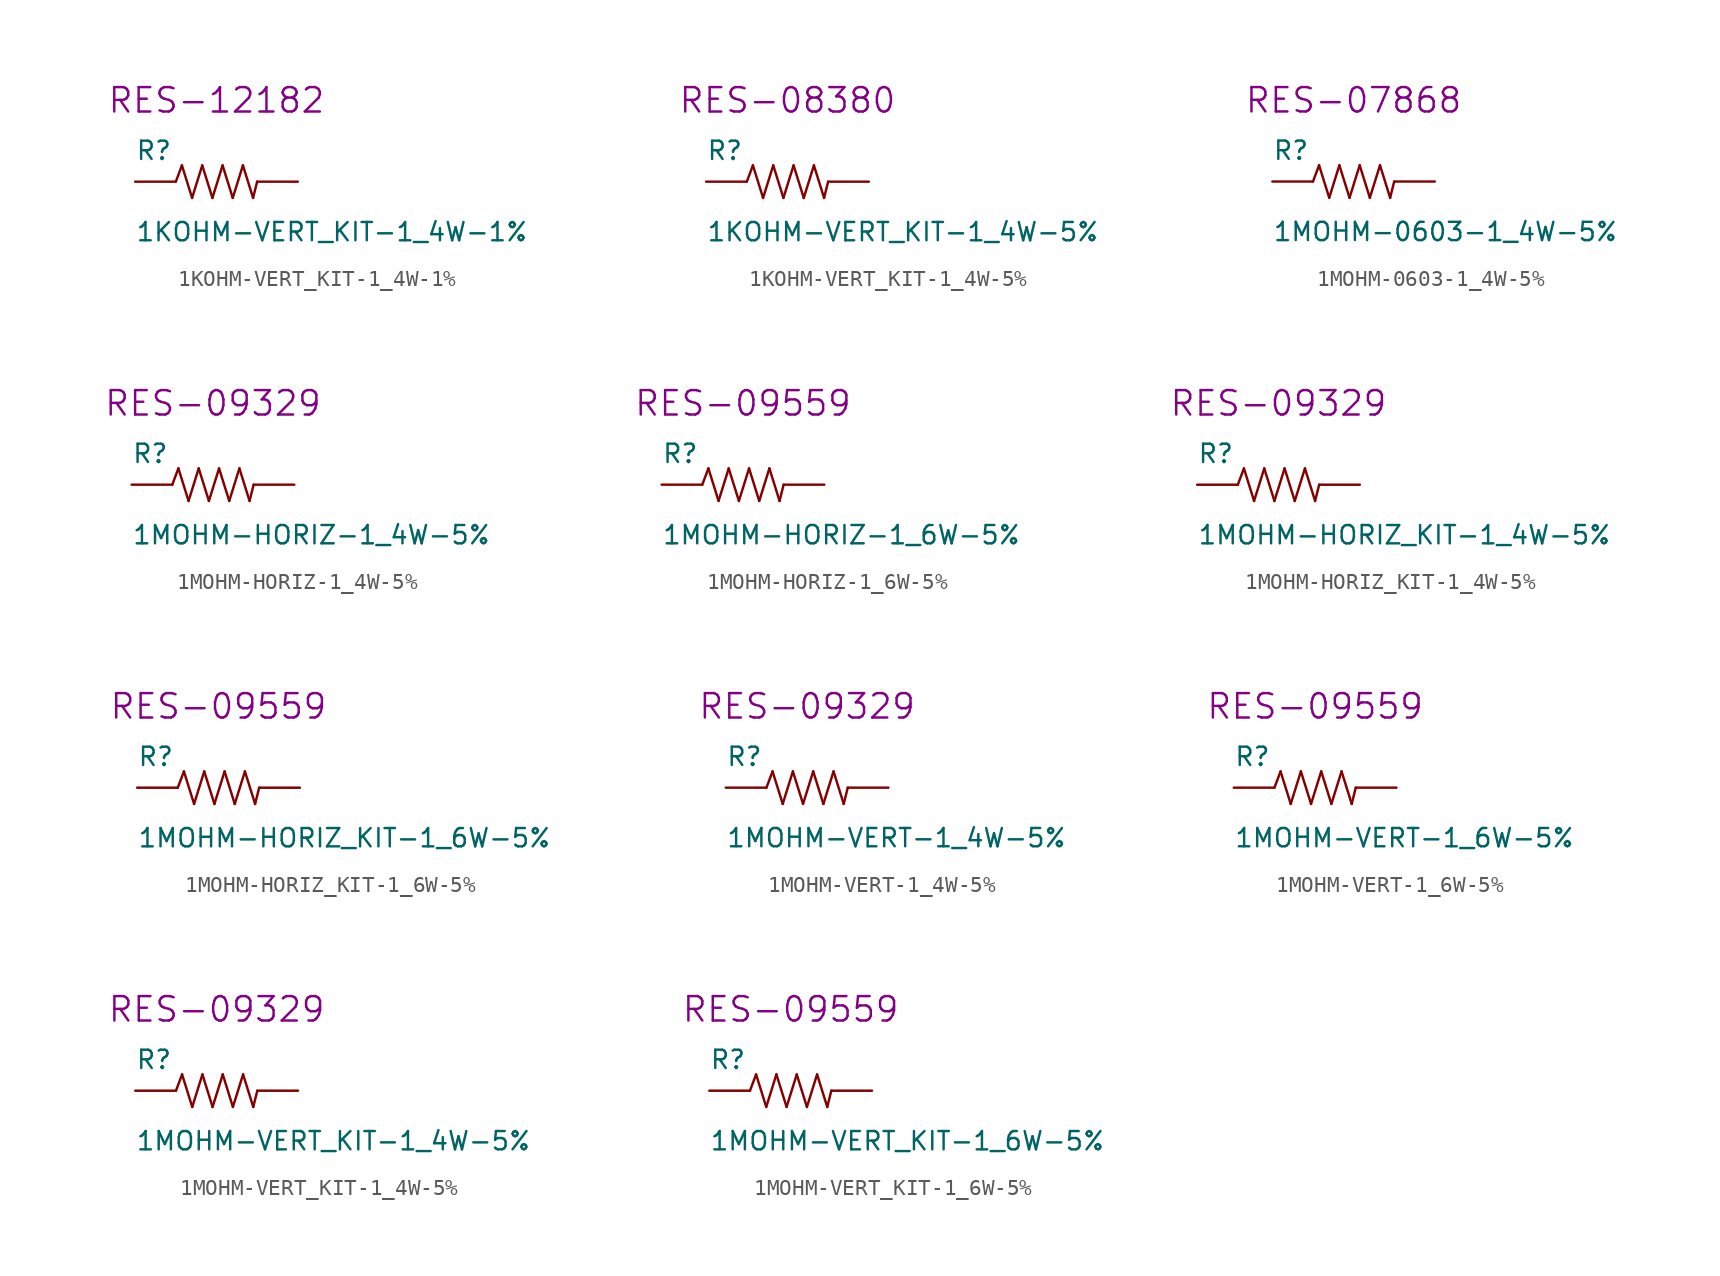
<source format=kicad_sym>
(kicad_symbol_lib
  (version 20211014)
  (generator kicad_symbol_editor)
  (symbol "1KOHM-VERT_KIT-1_4W-1%"
    (pin_numbers hide)
    (pin_names
      (offset 1.016) hide)
    (property "Reference" "R"
      (at -5.08 1.27 0)
      (effects (font (size 1.143 1.143)) (justify left bottom)))
    (property "Value" "1KOHM-VERT_KIT-1_4W-1%"
      (at -5.08 -3.81 0)
      (effects (font (size 1.143 1.143)) (justify left bottom)))
    (property "Field4" "RES-12182"
      (at 0 5.08 0)
      (effects (font (size 1.524 1.524))))
    (property "ki_locked" ""
      (at 0 0 0)
      (effects (font (size 1.27 1.27))))
    (symbol "1KOHM-VERT_KIT-1_4W-1%_1_0"
      (polyline (pts (xy -2.54 0) (xy -2.159 1.016)) (stroke (width 0) (type default) (color 0 0 0 0)) (fill (type none)))
      (polyline (pts (xy -2.159 1.016) (xy -1.524 -1.016)) (stroke (width 0) (type default) (color 0 0 0 0)) (fill (type none)))
      (polyline (pts (xy -1.524 -1.016) (xy -0.889 1.016)) (stroke (width 0) (type default) (color 0 0 0 0)) (fill (type none)))
      (polyline (pts (xy -0.889 1.016) (xy -0.254 -1.016)) (stroke (width 0) (type default) (color 0 0 0 0)) (fill (type none)))
      (polyline (pts (xy -0.254 -1.016) (xy 0.381 1.016)) (stroke (width 0) (type default) (color 0 0 0 0)) (fill (type none)))
      (polyline (pts (xy 0.381 1.016) (xy 1.016 -1.016)) (stroke (width 0) (type default) (color 0 0 0 0)) (fill (type none)))
      (polyline (pts (xy 1.016 -1.016) (xy 1.651 1.016)) (stroke (width 0) (type default) (color 0 0 0 0)) (fill (type none)))
      (polyline (pts (xy 1.651 1.016) (xy 2.286 -1.016)) (stroke (width 0) (type default) (color 0 0 0 0)) (fill (type none)))
      (polyline (pts (xy 2.286 -1.016) (xy 2.54 0)) (stroke (width 0) (type default) (color 0 0 0 0)) (fill (type none))))
    (symbol "1KOHM-VERT_KIT-1_4W-1%_1_1"
      (pin passive line (at -5.08 0 0) (length 2.54) (name "1" (effects (font (size 1.016 1.016)))) (number "P$1" (effects (font (size 1.016 1.016)))))
      (pin passive line (at 5.08 0 180) (length 2.54) (name "2" (effects (font (size 1.016 1.016)))) (number "P$2" (effects (font (size 1.016 1.016)))))))
  (symbol "1KOHM-VERT_KIT-1_4W-5%"
    (pin_numbers hide)
    (pin_names
      (offset 1.016) hide)
    (property "Reference" "R"
      (at -5.08 1.27 0)
      (effects (font (size 1.143 1.143)) (justify left bottom)))
    (property "Value" "1KOHM-VERT_KIT-1_4W-5%"
      (at -5.08 -3.81 0)
      (effects (font (size 1.143 1.143)) (justify left bottom)))
    (property "Field4" "RES-08380"
      (at 0 5.08 0)
      (effects (font (size 1.524 1.524))))
    (property "ki_locked" ""
      (at 0 0 0)
      (effects (font (size 1.27 1.27))))
    (symbol "1KOHM-VERT_KIT-1_4W-5%_1_0"
      (polyline (pts (xy -2.54 0) (xy -2.159 1.016)) (stroke (width 0) (type default) (color 0 0 0 0)) (fill (type none)))
      (polyline (pts (xy -2.159 1.016) (xy -1.524 -1.016)) (stroke (width 0) (type default) (color 0 0 0 0)) (fill (type none)))
      (polyline (pts (xy -1.524 -1.016) (xy -0.889 1.016)) (stroke (width 0) (type default) (color 0 0 0 0)) (fill (type none)))
      (polyline (pts (xy -0.889 1.016) (xy -0.254 -1.016)) (stroke (width 0) (type default) (color 0 0 0 0)) (fill (type none)))
      (polyline (pts (xy -0.254 -1.016) (xy 0.381 1.016)) (stroke (width 0) (type default) (color 0 0 0 0)) (fill (type none)))
      (polyline (pts (xy 0.381 1.016) (xy 1.016 -1.016)) (stroke (width 0) (type default) (color 0 0 0 0)) (fill (type none)))
      (polyline (pts (xy 1.016 -1.016) (xy 1.651 1.016)) (stroke (width 0) (type default) (color 0 0 0 0)) (fill (type none)))
      (polyline (pts (xy 1.651 1.016) (xy 2.286 -1.016)) (stroke (width 0) (type default) (color 0 0 0 0)) (fill (type none)))
      (polyline (pts (xy 2.286 -1.016) (xy 2.54 0)) (stroke (width 0) (type default) (color 0 0 0 0)) (fill (type none))))
    (symbol "1KOHM-VERT_KIT-1_4W-5%_1_1"
      (pin passive line (at -5.08 0 0) (length 2.54) (name "1" (effects (font (size 1.016 1.016)))) (number "P$1" (effects (font (size 1.016 1.016)))))
      (pin passive line (at 5.08 0 180) (length 2.54) (name "2" (effects (font (size 1.016 1.016)))) (number "P$2" (effects (font (size 1.016 1.016)))))))
  (symbol "1MOHM-0603-1_4W-5%"
    (pin_numbers hide)
    (pin_names
      (offset 1.016) hide)
    (property "Reference" "R"
      (at -5.08 1.27 0)
      (effects (font (size 1.143 1.143)) (justify left bottom)))
    (property "Value" "1MOHM-0603-1_4W-5%"
      (at -5.08 -3.81 0)
      (effects (font (size 1.143 1.143)) (justify left bottom)))
    (property "Field4" "RES-07868"
      (at 0 5.08 0)
      (effects (font (size 1.524 1.524))))
    (property "ki_locked" ""
      (at 0 0 0)
      (effects (font (size 1.27 1.27))))
    (symbol "1MOHM-0603-1_4W-5%_1_0"
      (polyline (pts (xy -2.54 0) (xy -2.159 1.016)) (stroke (width 0) (type default) (color 0 0 0 0)) (fill (type none)))
      (polyline (pts (xy -2.159 1.016) (xy -1.524 -1.016)) (stroke (width 0) (type default) (color 0 0 0 0)) (fill (type none)))
      (polyline (pts (xy -1.524 -1.016) (xy -0.889 1.016)) (stroke (width 0) (type default) (color 0 0 0 0)) (fill (type none)))
      (polyline (pts (xy -0.889 1.016) (xy -0.254 -1.016)) (stroke (width 0) (type default) (color 0 0 0 0)) (fill (type none)))
      (polyline (pts (xy -0.254 -1.016) (xy 0.381 1.016)) (stroke (width 0) (type default) (color 0 0 0 0)) (fill (type none)))
      (polyline (pts (xy 0.381 1.016) (xy 1.016 -1.016)) (stroke (width 0) (type default) (color 0 0 0 0)) (fill (type none)))
      (polyline (pts (xy 1.016 -1.016) (xy 1.651 1.016)) (stroke (width 0) (type default) (color 0 0 0 0)) (fill (type none)))
      (polyline (pts (xy 1.651 1.016) (xy 2.286 -1.016)) (stroke (width 0) (type default) (color 0 0 0 0)) (fill (type none)))
      (polyline (pts (xy 2.286 -1.016) (xy 2.54 0)) (stroke (width 0) (type default) (color 0 0 0 0)) (fill (type none))))
    (symbol "1MOHM-0603-1_4W-5%_1_1"
      (pin passive line (at -5.08 0 0) (length 2.54) (name "1" (effects (font (size 1.016 1.016)))) (number "1" (effects (font (size 1.016 1.016)))))
      (pin passive line (at 5.08 0 180) (length 2.54) (name "2" (effects (font (size 1.016 1.016)))) (number "2" (effects (font (size 1.016 1.016)))))))
  (symbol "1MOHM-HORIZ-1_4W-5%"
    (pin_numbers hide)
    (pin_names
      (offset 1.016) hide)
    (property "Reference" "R"
      (at -5.08 1.27 0)
      (effects (font (size 1.143 1.143)) (justify left bottom)))
    (property "Value" "1MOHM-HORIZ-1_4W-5%"
      (at -5.08 -3.81 0)
      (effects (font (size 1.143 1.143)) (justify left bottom)))
    (property "Field4" "RES-09329"
      (at 0 5.08 0)
      (effects (font (size 1.524 1.524))))
    (property "ki_locked" ""
      (at 0 0 0)
      (effects (font (size 1.27 1.27))))
    (symbol "1MOHM-HORIZ-1_4W-5%_1_0"
      (polyline (pts (xy -2.54 0) (xy -2.159 1.016)) (stroke (width 0) (type default) (color 0 0 0 0)) (fill (type none)))
      (polyline (pts (xy -2.159 1.016) (xy -1.524 -1.016)) (stroke (width 0) (type default) (color 0 0 0 0)) (fill (type none)))
      (polyline (pts (xy -1.524 -1.016) (xy -0.889 1.016)) (stroke (width 0) (type default) (color 0 0 0 0)) (fill (type none)))
      (polyline (pts (xy -0.889 1.016) (xy -0.254 -1.016)) (stroke (width 0) (type default) (color 0 0 0 0)) (fill (type none)))
      (polyline (pts (xy -0.254 -1.016) (xy 0.381 1.016)) (stroke (width 0) (type default) (color 0 0 0 0)) (fill (type none)))
      (polyline (pts (xy 0.381 1.016) (xy 1.016 -1.016)) (stroke (width 0) (type default) (color 0 0 0 0)) (fill (type none)))
      (polyline (pts (xy 1.016 -1.016) (xy 1.651 1.016)) (stroke (width 0) (type default) (color 0 0 0 0)) (fill (type none)))
      (polyline (pts (xy 1.651 1.016) (xy 2.286 -1.016)) (stroke (width 0) (type default) (color 0 0 0 0)) (fill (type none)))
      (polyline (pts (xy 2.286 -1.016) (xy 2.54 0)) (stroke (width 0) (type default) (color 0 0 0 0)) (fill (type none))))
    (symbol "1MOHM-HORIZ-1_4W-5%_1_1"
      (pin passive line (at -5.08 0 0) (length 2.54) (name "1" (effects (font (size 1.016 1.016)))) (number "P$1" (effects (font (size 1.016 1.016)))))
      (pin passive line (at 5.08 0 180) (length 2.54) (name "2" (effects (font (size 1.016 1.016)))) (number "P$2" (effects (font (size 1.016 1.016)))))))
  (symbol "1MOHM-HORIZ-1_6W-5%"
    (pin_numbers hide)
    (pin_names
      (offset 1.016) hide)
    (property "Reference" "R"
      (at -5.08 1.27 0)
      (effects (font (size 1.143 1.143)) (justify left bottom)))
    (property "Value" "1MOHM-HORIZ-1_6W-5%"
      (at -5.08 -3.81 0)
      (effects (font (size 1.143 1.143)) (justify left bottom)))
    (property "Field4" "RES-09559"
      (at 0 5.08 0)
      (effects (font (size 1.524 1.524))))
    (property "ki_locked" ""
      (at 0 0 0)
      (effects (font (size 1.27 1.27))))
    (symbol "1MOHM-HORIZ-1_6W-5%_1_0"
      (polyline (pts (xy -2.54 0) (xy -2.159 1.016)) (stroke (width 0) (type default) (color 0 0 0 0)) (fill (type none)))
      (polyline (pts (xy -2.159 1.016) (xy -1.524 -1.016)) (stroke (width 0) (type default) (color 0 0 0 0)) (fill (type none)))
      (polyline (pts (xy -1.524 -1.016) (xy -0.889 1.016)) (stroke (width 0) (type default) (color 0 0 0 0)) (fill (type none)))
      (polyline (pts (xy -0.889 1.016) (xy -0.254 -1.016)) (stroke (width 0) (type default) (color 0 0 0 0)) (fill (type none)))
      (polyline (pts (xy -0.254 -1.016) (xy 0.381 1.016)) (stroke (width 0) (type default) (color 0 0 0 0)) (fill (type none)))
      (polyline (pts (xy 0.381 1.016) (xy 1.016 -1.016)) (stroke (width 0) (type default) (color 0 0 0 0)) (fill (type none)))
      (polyline (pts (xy 1.016 -1.016) (xy 1.651 1.016)) (stroke (width 0) (type default) (color 0 0 0 0)) (fill (type none)))
      (polyline (pts (xy 1.651 1.016) (xy 2.286 -1.016)) (stroke (width 0) (type default) (color 0 0 0 0)) (fill (type none)))
      (polyline (pts (xy 2.286 -1.016) (xy 2.54 0)) (stroke (width 0) (type default) (color 0 0 0 0)) (fill (type none))))
    (symbol "1MOHM-HORIZ-1_6W-5%_1_1"
      (pin passive line (at -5.08 0 0) (length 2.54) (name "1" (effects (font (size 1.016 1.016)))) (number "P$1" (effects (font (size 1.016 1.016)))))
      (pin passive line (at 5.08 0 180) (length 2.54) (name "2" (effects (font (size 1.016 1.016)))) (number "P$2" (effects (font (size 1.016 1.016)))))))
  (symbol "1MOHM-HORIZ_KIT-1_4W-5%"
    (pin_numbers hide)
    (pin_names
      (offset 1.016) hide)
    (property "Reference" "R"
      (at -5.08 1.27 0)
      (effects (font (size 1.143 1.143)) (justify left bottom)))
    (property "Value" "1MOHM-HORIZ_KIT-1_4W-5%"
      (at -5.08 -3.81 0)
      (effects (font (size 1.143 1.143)) (justify left bottom)))
    (property "Field4" "RES-09329"
      (at 0 5.08 0)
      (effects (font (size 1.524 1.524))))
    (property "ki_locked" ""
      (at 0 0 0)
      (effects (font (size 1.27 1.27))))
    (symbol "1MOHM-HORIZ_KIT-1_4W-5%_1_0"
      (polyline (pts (xy -2.54 0) (xy -2.159 1.016)) (stroke (width 0) (type default) (color 0 0 0 0)) (fill (type none)))
      (polyline (pts (xy -2.159 1.016) (xy -1.524 -1.016)) (stroke (width 0) (type default) (color 0 0 0 0)) (fill (type none)))
      (polyline (pts (xy -1.524 -1.016) (xy -0.889 1.016)) (stroke (width 0) (type default) (color 0 0 0 0)) (fill (type none)))
      (polyline (pts (xy -0.889 1.016) (xy -0.254 -1.016)) (stroke (width 0) (type default) (color 0 0 0 0)) (fill (type none)))
      (polyline (pts (xy -0.254 -1.016) (xy 0.381 1.016)) (stroke (width 0) (type default) (color 0 0 0 0)) (fill (type none)))
      (polyline (pts (xy 0.381 1.016) (xy 1.016 -1.016)) (stroke (width 0) (type default) (color 0 0 0 0)) (fill (type none)))
      (polyline (pts (xy 1.016 -1.016) (xy 1.651 1.016)) (stroke (width 0) (type default) (color 0 0 0 0)) (fill (type none)))
      (polyline (pts (xy 1.651 1.016) (xy 2.286 -1.016)) (stroke (width 0) (type default) (color 0 0 0 0)) (fill (type none)))
      (polyline (pts (xy 2.286 -1.016) (xy 2.54 0)) (stroke (width 0) (type default) (color 0 0 0 0)) (fill (type none))))
    (symbol "1MOHM-HORIZ_KIT-1_4W-5%_1_1"
      (pin passive line (at -5.08 0 0) (length 2.54) (name "1" (effects (font (size 1.016 1.016)))) (number "P$1" (effects (font (size 1.016 1.016)))))
      (pin passive line (at 5.08 0 180) (length 2.54) (name "2" (effects (font (size 1.016 1.016)))) (number "P$2" (effects (font (size 1.016 1.016)))))))
  (symbol "1MOHM-HORIZ_KIT-1_6W-5%"
    (pin_numbers hide)
    (pin_names
      (offset 1.016) hide)
    (property "Reference" "R"
      (at -5.08 1.27 0)
      (effects (font (size 1.143 1.143)) (justify left bottom)))
    (property "Value" "1MOHM-HORIZ_KIT-1_6W-5%"
      (at -5.08 -3.81 0)
      (effects (font (size 1.143 1.143)) (justify left bottom)))
    (property "Field4" "RES-09559"
      (at 0 5.08 0)
      (effects (font (size 1.524 1.524))))
    (property "ki_locked" ""
      (at 0 0 0)
      (effects (font (size 1.27 1.27))))
    (symbol "1MOHM-HORIZ_KIT-1_6W-5%_1_0"
      (polyline (pts (xy -2.54 0) (xy -2.159 1.016)) (stroke (width 0) (type default) (color 0 0 0 0)) (fill (type none)))
      (polyline (pts (xy -2.159 1.016) (xy -1.524 -1.016)) (stroke (width 0) (type default) (color 0 0 0 0)) (fill (type none)))
      (polyline (pts (xy -1.524 -1.016) (xy -0.889 1.016)) (stroke (width 0) (type default) (color 0 0 0 0)) (fill (type none)))
      (polyline (pts (xy -0.889 1.016) (xy -0.254 -1.016)) (stroke (width 0) (type default) (color 0 0 0 0)) (fill (type none)))
      (polyline (pts (xy -0.254 -1.016) (xy 0.381 1.016)) (stroke (width 0) (type default) (color 0 0 0 0)) (fill (type none)))
      (polyline (pts (xy 0.381 1.016) (xy 1.016 -1.016)) (stroke (width 0) (type default) (color 0 0 0 0)) (fill (type none)))
      (polyline (pts (xy 1.016 -1.016) (xy 1.651 1.016)) (stroke (width 0) (type default) (color 0 0 0 0)) (fill (type none)))
      (polyline (pts (xy 1.651 1.016) (xy 2.286 -1.016)) (stroke (width 0) (type default) (color 0 0 0 0)) (fill (type none)))
      (polyline (pts (xy 2.286 -1.016) (xy 2.54 0)) (stroke (width 0) (type default) (color 0 0 0 0)) (fill (type none))))
    (symbol "1MOHM-HORIZ_KIT-1_6W-5%_1_1"
      (pin passive line (at -5.08 0 0) (length 2.54) (name "1" (effects (font (size 1.016 1.016)))) (number "P$1" (effects (font (size 1.016 1.016)))))
      (pin passive line (at 5.08 0 180) (length 2.54) (name "2" (effects (font (size 1.016 1.016)))) (number "P$2" (effects (font (size 1.016 1.016)))))))
  (symbol "1MOHM-VERT-1_4W-5%"
    (pin_numbers hide)
    (pin_names
      (offset 1.016) hide)
    (property "Reference" "R"
      (at -5.08 1.27 0)
      (effects (font (size 1.143 1.143)) (justify left bottom)))
    (property "Value" "1MOHM-VERT-1_4W-5%"
      (at -5.08 -3.81 0)
      (effects (font (size 1.143 1.143)) (justify left bottom)))
    (property "Field4" "RES-09329"
      (at 0 5.08 0)
      (effects (font (size 1.524 1.524))))
    (property "ki_locked" ""
      (at 0 0 0)
      (effects (font (size 1.27 1.27))))
    (symbol "1MOHM-VERT-1_4W-5%_1_0"
      (polyline (pts (xy -2.54 0) (xy -2.159 1.016)) (stroke (width 0) (type default) (color 0 0 0 0)) (fill (type none)))
      (polyline (pts (xy -2.159 1.016) (xy -1.524 -1.016)) (stroke (width 0) (type default) (color 0 0 0 0)) (fill (type none)))
      (polyline (pts (xy -1.524 -1.016) (xy -0.889 1.016)) (stroke (width 0) (type default) (color 0 0 0 0)) (fill (type none)))
      (polyline (pts (xy -0.889 1.016) (xy -0.254 -1.016)) (stroke (width 0) (type default) (color 0 0 0 0)) (fill (type none)))
      (polyline (pts (xy -0.254 -1.016) (xy 0.381 1.016)) (stroke (width 0) (type default) (color 0 0 0 0)) (fill (type none)))
      (polyline (pts (xy 0.381 1.016) (xy 1.016 -1.016)) (stroke (width 0) (type default) (color 0 0 0 0)) (fill (type none)))
      (polyline (pts (xy 1.016 -1.016) (xy 1.651 1.016)) (stroke (width 0) (type default) (color 0 0 0 0)) (fill (type none)))
      (polyline (pts (xy 1.651 1.016) (xy 2.286 -1.016)) (stroke (width 0) (type default) (color 0 0 0 0)) (fill (type none)))
      (polyline (pts (xy 2.286 -1.016) (xy 2.54 0)) (stroke (width 0) (type default) (color 0 0 0 0)) (fill (type none))))
    (symbol "1MOHM-VERT-1_4W-5%_1_1"
      (pin passive line (at -5.08 0 0) (length 2.54) (name "1" (effects (font (size 1.016 1.016)))) (number "P$1" (effects (font (size 1.016 1.016)))))
      (pin passive line (at 5.08 0 180) (length 2.54) (name "2" (effects (font (size 1.016 1.016)))) (number "P$2" (effects (font (size 1.016 1.016)))))))
  (symbol "1MOHM-VERT-1_6W-5%"
    (pin_numbers hide)
    (pin_names
      (offset 1.016) hide)
    (property "Reference" "R"
      (at -5.08 1.27 0)
      (effects (font (size 1.143 1.143)) (justify left bottom)))
    (property "Value" "1MOHM-VERT-1_6W-5%"
      (at -5.08 -3.81 0)
      (effects (font (size 1.143 1.143)) (justify left bottom)))
    (property "Field4" "RES-09559"
      (at 0 5.08 0)
      (effects (font (size 1.524 1.524))))
    (property "ki_locked" ""
      (at 0 0 0)
      (effects (font (size 1.27 1.27))))
    (symbol "1MOHM-VERT-1_6W-5%_1_0"
      (polyline (pts (xy -2.54 0) (xy -2.159 1.016)) (stroke (width 0) (type default) (color 0 0 0 0)) (fill (type none)))
      (polyline (pts (xy -2.159 1.016) (xy -1.524 -1.016)) (stroke (width 0) (type default) (color 0 0 0 0)) (fill (type none)))
      (polyline (pts (xy -1.524 -1.016) (xy -0.889 1.016)) (stroke (width 0) (type default) (color 0 0 0 0)) (fill (type none)))
      (polyline (pts (xy -0.889 1.016) (xy -0.254 -1.016)) (stroke (width 0) (type default) (color 0 0 0 0)) (fill (type none)))
      (polyline (pts (xy -0.254 -1.016) (xy 0.381 1.016)) (stroke (width 0) (type default) (color 0 0 0 0)) (fill (type none)))
      (polyline (pts (xy 0.381 1.016) (xy 1.016 -1.016)) (stroke (width 0) (type default) (color 0 0 0 0)) (fill (type none)))
      (polyline (pts (xy 1.016 -1.016) (xy 1.651 1.016)) (stroke (width 0) (type default) (color 0 0 0 0)) (fill (type none)))
      (polyline (pts (xy 1.651 1.016) (xy 2.286 -1.016)) (stroke (width 0) (type default) (color 0 0 0 0)) (fill (type none)))
      (polyline (pts (xy 2.286 -1.016) (xy 2.54 0)) (stroke (width 0) (type default) (color 0 0 0 0)) (fill (type none))))
    (symbol "1MOHM-VERT-1_6W-5%_1_1"
      (pin passive line (at -5.08 0 0) (length 2.54) (name "1" (effects (font (size 1.016 1.016)))) (number "P$1" (effects (font (size 1.016 1.016)))))
      (pin passive line (at 5.08 0 180) (length 2.54) (name "2" (effects (font (size 1.016 1.016)))) (number "P$2" (effects (font (size 1.016 1.016)))))))
  (symbol "1MOHM-VERT_KIT-1_4W-5%"
    (pin_numbers hide)
    (pin_names
      (offset 1.016) hide)
    (property "Reference" "R"
      (at -5.08 1.27 0)
      (effects (font (size 1.143 1.143)) (justify left bottom)))
    (property "Value" "1MOHM-VERT_KIT-1_4W-5%"
      (at -5.08 -3.81 0)
      (effects (font (size 1.143 1.143)) (justify left bottom)))
    (property "Field4" "RES-09329"
      (at 0 5.08 0)
      (effects (font (size 1.524 1.524))))
    (property "ki_locked" ""
      (at 0 0 0)
      (effects (font (size 1.27 1.27))))
    (symbol "1MOHM-VERT_KIT-1_4W-5%_1_0"
      (polyline (pts (xy -2.54 0) (xy -2.159 1.016)) (stroke (width 0) (type default) (color 0 0 0 0)) (fill (type none)))
      (polyline (pts (xy -2.159 1.016) (xy -1.524 -1.016)) (stroke (width 0) (type default) (color 0 0 0 0)) (fill (type none)))
      (polyline (pts (xy -1.524 -1.016) (xy -0.889 1.016)) (stroke (width 0) (type default) (color 0 0 0 0)) (fill (type none)))
      (polyline (pts (xy -0.889 1.016) (xy -0.254 -1.016)) (stroke (width 0) (type default) (color 0 0 0 0)) (fill (type none)))
      (polyline (pts (xy -0.254 -1.016) (xy 0.381 1.016)) (stroke (width 0) (type default) (color 0 0 0 0)) (fill (type none)))
      (polyline (pts (xy 0.381 1.016) (xy 1.016 -1.016)) (stroke (width 0) (type default) (color 0 0 0 0)) (fill (type none)))
      (polyline (pts (xy 1.016 -1.016) (xy 1.651 1.016)) (stroke (width 0) (type default) (color 0 0 0 0)) (fill (type none)))
      (polyline (pts (xy 1.651 1.016) (xy 2.286 -1.016)) (stroke (width 0) (type default) (color 0 0 0 0)) (fill (type none)))
      (polyline (pts (xy 2.286 -1.016) (xy 2.54 0)) (stroke (width 0) (type default) (color 0 0 0 0)) (fill (type none))))
    (symbol "1MOHM-VERT_KIT-1_4W-5%_1_1"
      (pin passive line (at -5.08 0 0) (length 2.54) (name "1" (effects (font (size 1.016 1.016)))) (number "P$1" (effects (font (size 1.016 1.016)))))
      (pin passive line (at 5.08 0 180) (length 2.54) (name "2" (effects (font (size 1.016 1.016)))) (number "P$2" (effects (font (size 1.016 1.016)))))))
  (symbol "1MOHM-VERT_KIT-1_6W-5%"
    (pin_numbers hide)
    (pin_names
      (offset 1.016) hide)
    (property "Reference" "R"
      (at -5.08 1.27 0)
      (effects (font (size 1.143 1.143)) (justify left bottom)))
    (property "Value" "1MOHM-VERT_KIT-1_6W-5%"
      (at -5.08 -3.81 0)
      (effects (font (size 1.143 1.143)) (justify left bottom)))
    (property "Field4" "RES-09559"
      (at 0 5.08 0)
      (effects (font (size 1.524 1.524))))
    (property "ki_locked" ""
      (at 0 0 0)
      (effects (font (size 1.27 1.27))))
    (symbol "1MOHM-VERT_KIT-1_6W-5%_1_0"
      (polyline (pts (xy -2.54 0) (xy -2.159 1.016)) (stroke (width 0) (type default) (color 0 0 0 0)) (fill (type none)))
      (polyline (pts (xy -2.159 1.016) (xy -1.524 -1.016)) (stroke (width 0) (type default) (color 0 0 0 0)) (fill (type none)))
      (polyline (pts (xy -1.524 -1.016) (xy -0.889 1.016)) (stroke (width 0) (type default) (color 0 0 0 0)) (fill (type none)))
      (polyline (pts (xy -0.889 1.016) (xy -0.254 -1.016)) (stroke (width 0) (type default) (color 0 0 0 0)) (fill (type none)))
      (polyline (pts (xy -0.254 -1.016) (xy 0.381 1.016)) (stroke (width 0) (type default) (color 0 0 0 0)) (fill (type none)))
      (polyline (pts (xy 0.381 1.016) (xy 1.016 -1.016)) (stroke (width 0) (type default) (color 0 0 0 0)) (fill (type none)))
      (polyline (pts (xy 1.016 -1.016) (xy 1.651 1.016)) (stroke (width 0) (type default) (color 0 0 0 0)) (fill (type none)))
      (polyline (pts (xy 1.651 1.016) (xy 2.286 -1.016)) (stroke (width 0) (type default) (color 0 0 0 0)) (fill (type none)))
      (polyline (pts (xy 2.286 -1.016) (xy 2.54 0)) (stroke (width 0) (type default) (color 0 0 0 0)) (fill (type none))))
    (symbol "1MOHM-VERT_KIT-1_6W-5%_1_1"
      (pin passive line (at -5.08 0 0) (length 2.54) (name "1" (effects (font (size 1.016 1.016)))) (number "P$1" (effects (font (size 1.016 1.016)))))
      (pin passive line (at 5.08 0 180) (length 2.54) (name "2" (effects (font (size 1.016 1.016)))) (number "P$2" (effects (font (size 1.016 1.016))))))))
</source>
